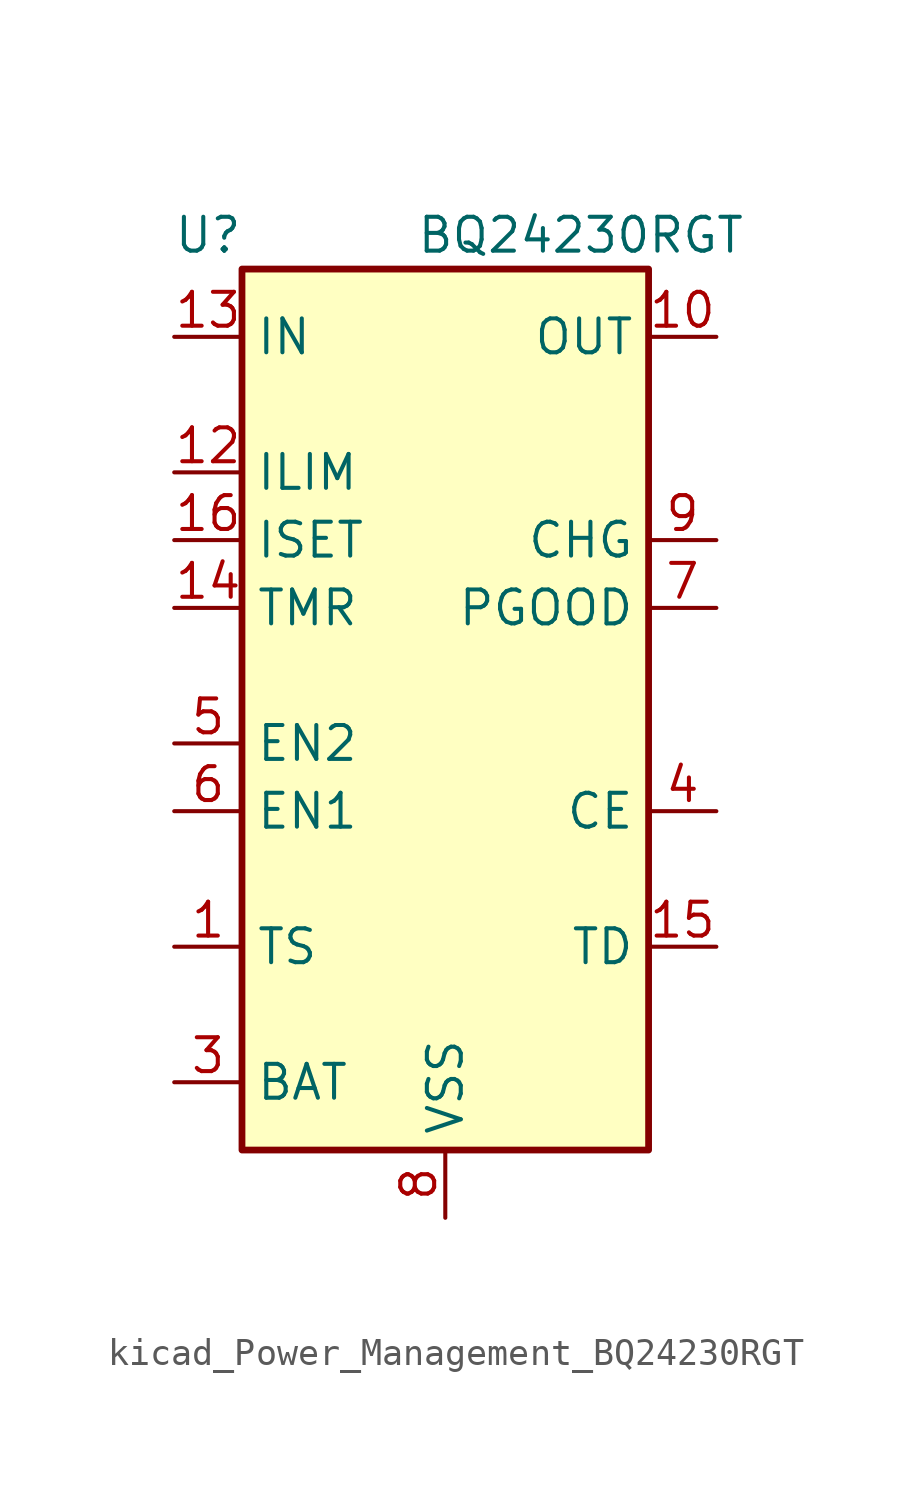
<source format=kicad_sym>
(kicad_symbol_lib
  (version 20220914)
  (generator kicad_symbol_editor)
  (symbol "kicad_Power_Management_BQ24230RGT"
    (property "Reference" "U"
      (at -8.89 19.05 0)
      (effects (font (size 1.27 1.27))))
    (property "Value" "BQ24230RGT"
      (at 5.08 19.05 0)
      (effects (font (size 1.27 1.27))))
    (symbol "kicad_Power_Management_BQ24230RGT_0_1"
      (rectangle (start -7.62 17.78) (end 7.62 -15.24) (stroke (width 0.254) (type default)) (fill (type background))))
    (symbol "kicad_Power_Management_BQ24230RGT_1_1"
      (pin passive line (at -10.16 -7.62 0) (length 2.54) (name "TS" (effects (font (size 1.27 1.27)))) (number "1" (effects (font (size 1.27 1.27)))))
      (pin power_out line (at 10.16 15.24 180) (length 2.54) (name "OUT" (effects (font (size 1.27 1.27)))) (number "10" (effects (font (size 1.27 1.27)))))
      (pin passive line (at 10.16 15.24 180) (length 2.54) hide (name "OUT" (effects (font (size 1.27 1.27)))) (number "11" (effects (font (size 1.27 1.27)))))
      (pin passive line (at -10.16 10.16 0) (length 2.54) (name "ILIM" (effects (font (size 1.27 1.27)))) (number "12" (effects (font (size 1.27 1.27)))))
      (pin power_in line (at -10.16 15.24 0) (length 2.54) (name "IN" (effects (font (size 1.27 1.27)))) (number "13" (effects (font (size 1.27 1.27)))))
      (pin passive line (at -10.16 5.08 0) (length 2.54) (name "TMR" (effects (font (size 1.27 1.27)))) (number "14" (effects (font (size 1.27 1.27)))))
      (pin input line (at 10.16 -7.62 180) (length 2.54) (name "TD" (effects (font (size 1.27 1.27)))) (number "15" (effects (font (size 1.27 1.27)))))
      (pin passive line (at -10.16 7.62 0) (length 2.54) (name "ISET" (effects (font (size 1.27 1.27)))) (number "16" (effects (font (size 1.27 1.27)))))
      (pin passive line (at 0 -17.78 90) (length 2.54) hide (name "VSS" (effects (font (size 1.27 1.27)))) (number "17" (effects (font (size 1.27 1.27)))))
      (pin bidirectional line (at -10.16 -12.7 0) (length 2.54) hide (name "BAT" (effects (font (size 1.27 1.27)))) (number "2" (effects (font (size 1.27 1.27)))))
      (pin bidirectional line (at -10.16 -12.7 0) (length 2.54) (name "BAT" (effects (font (size 1.27 1.27)))) (number "3" (effects (font (size 1.27 1.27)))))
      (pin input line (at 10.16 -2.54 180) (length 2.54) (name "CE" (effects (font (size 1.27 1.27)))) (number "4" (effects (font (size 1.27 1.27)))))
      (pin input line (at -10.16 0 0) (length 2.54) (name "EN2" (effects (font (size 1.27 1.27)))) (number "5" (effects (font (size 1.27 1.27)))))
      (pin input line (at -10.16 -2.54 0) (length 2.54) (name "EN1" (effects (font (size 1.27 1.27)))) (number "6" (effects (font (size 1.27 1.27)))))
      (pin open_collector line (at 10.16 5.08 180) (length 2.54) (name "PGOOD" (effects (font (size 1.27 1.27)))) (number "7" (effects (font (size 1.27 1.27)))))
      (pin power_in line (at 0 -17.78 90) (length 2.54) (name "VSS" (effects (font (size 1.27 1.27)))) (number "8" (effects (font (size 1.27 1.27)))))
      (pin open_collector line (at 10.16 7.62 180) (length 2.54) (name "CHG" (effects (font (size 1.27 1.27)))) (number "9" (effects (font (size 1.27 1.27))))))))
</source>
